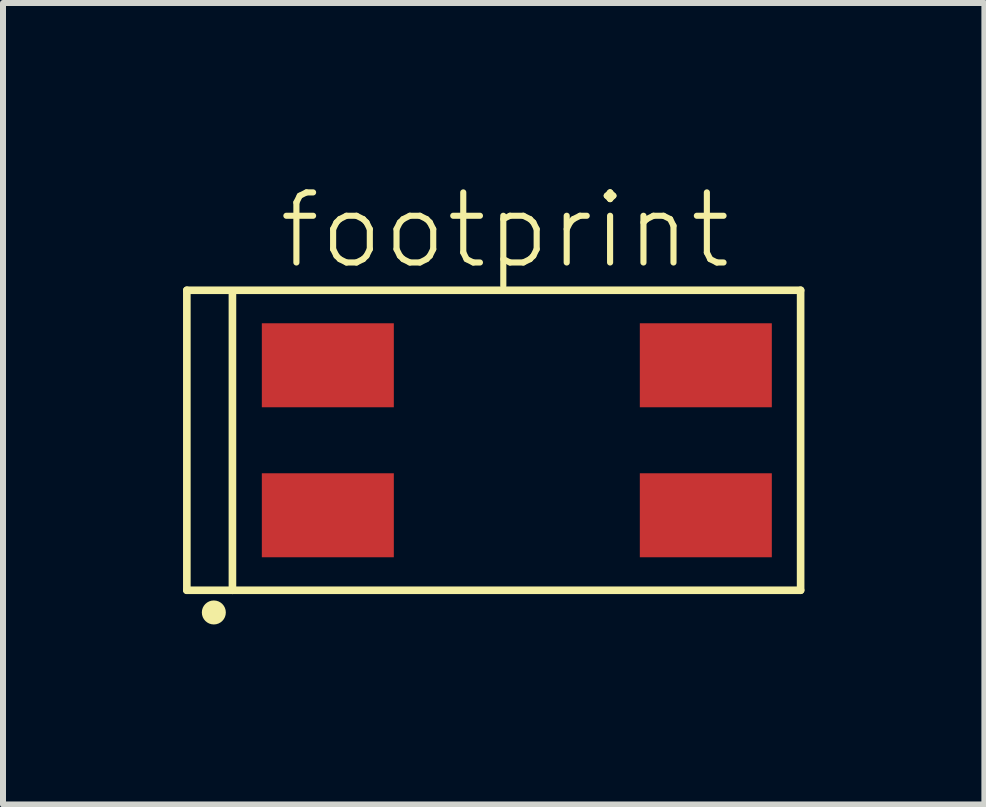
<source format=kicad_pcb>
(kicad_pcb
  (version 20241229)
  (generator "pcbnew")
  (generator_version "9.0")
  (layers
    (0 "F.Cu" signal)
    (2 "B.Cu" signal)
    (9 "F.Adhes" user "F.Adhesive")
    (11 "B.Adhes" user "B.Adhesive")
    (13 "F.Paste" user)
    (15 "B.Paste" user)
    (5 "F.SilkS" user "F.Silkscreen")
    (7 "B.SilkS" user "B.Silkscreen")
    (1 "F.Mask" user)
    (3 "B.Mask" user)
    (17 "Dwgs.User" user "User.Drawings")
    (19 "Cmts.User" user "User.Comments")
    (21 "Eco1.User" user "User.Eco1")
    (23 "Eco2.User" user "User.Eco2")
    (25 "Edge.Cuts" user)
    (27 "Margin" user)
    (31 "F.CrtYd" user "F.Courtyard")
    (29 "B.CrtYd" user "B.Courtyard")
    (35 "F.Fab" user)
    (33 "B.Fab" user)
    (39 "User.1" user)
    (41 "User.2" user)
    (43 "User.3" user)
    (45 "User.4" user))
  (footprint "footprint"
    (layer "F.Cu")
    (at 5.564 4.288)
    (property "Reference" "footprint" (at -4.019 -2.815 0) (layer "F.SilkS") (effects (font (size 1.168 1.168) (thickness 0.102)) (justify left bottom)))
    (fp_line (start -5.5 -2.5) (end -5.5 2.5) (stroke (width 0.127) (type solid)) (layer "F.SilkS"))
    (fp_line (start -5.5 -2.5) (end 4.73 -2.5) (stroke (width 0.127) (type solid)) (layer "F.SilkS"))
    (fp_line (start -5.5 2.5) (end -4.74 2.5) (stroke (width 0.127) (type solid)) (layer "F.SilkS"))
    (fp_line (start -4.74 2.5) (end -4.74 -2.46) (stroke (width 0.127) (type solid)) (layer "F.SilkS"))
    (fp_line (start 4.73 -2.5) (end 4.73 2.5) (stroke (width 0.127) (type solid)) (layer "F.SilkS"))
    (fp_line (start 4.73 2.5) (end -4.74 2.5) (stroke (width 0.127) (type solid)) (layer "F.SilkS"))
    (fp_circle (center -5.05 2.87) (end -4.95 2.87) (stroke (width 0.2) (type solid)) (fill yes) (layer "F.SilkS"))
    (pad "1" smd rect (at -3.15 1.25) (size 2.2 1.4) (layers "F.Cu" "F.Mask" "F.Paste"))
    (pad "2" smd rect (at 3.15 1.25) (size 2.2 1.4) (layers "F.Cu" "F.Mask" "F.Paste"))
    (pad "3" smd rect (at 3.15 -1.25 180) (size 2.2 1.4) (layers "F.Cu" "F.Mask" "F.Paste"))
    (pad "4" smd rect (at -3.15 -1.25 180) (size 2.2 1.4) (layers "F.Cu" "F.Mask" "F.Paste")))
  (gr_rect
    (start -3 -3)
    (end 13.357 10.358)
    (stroke (width 0.1) (type default))
    (fill no)
    (layer "Edge.Cuts")))
</source>
